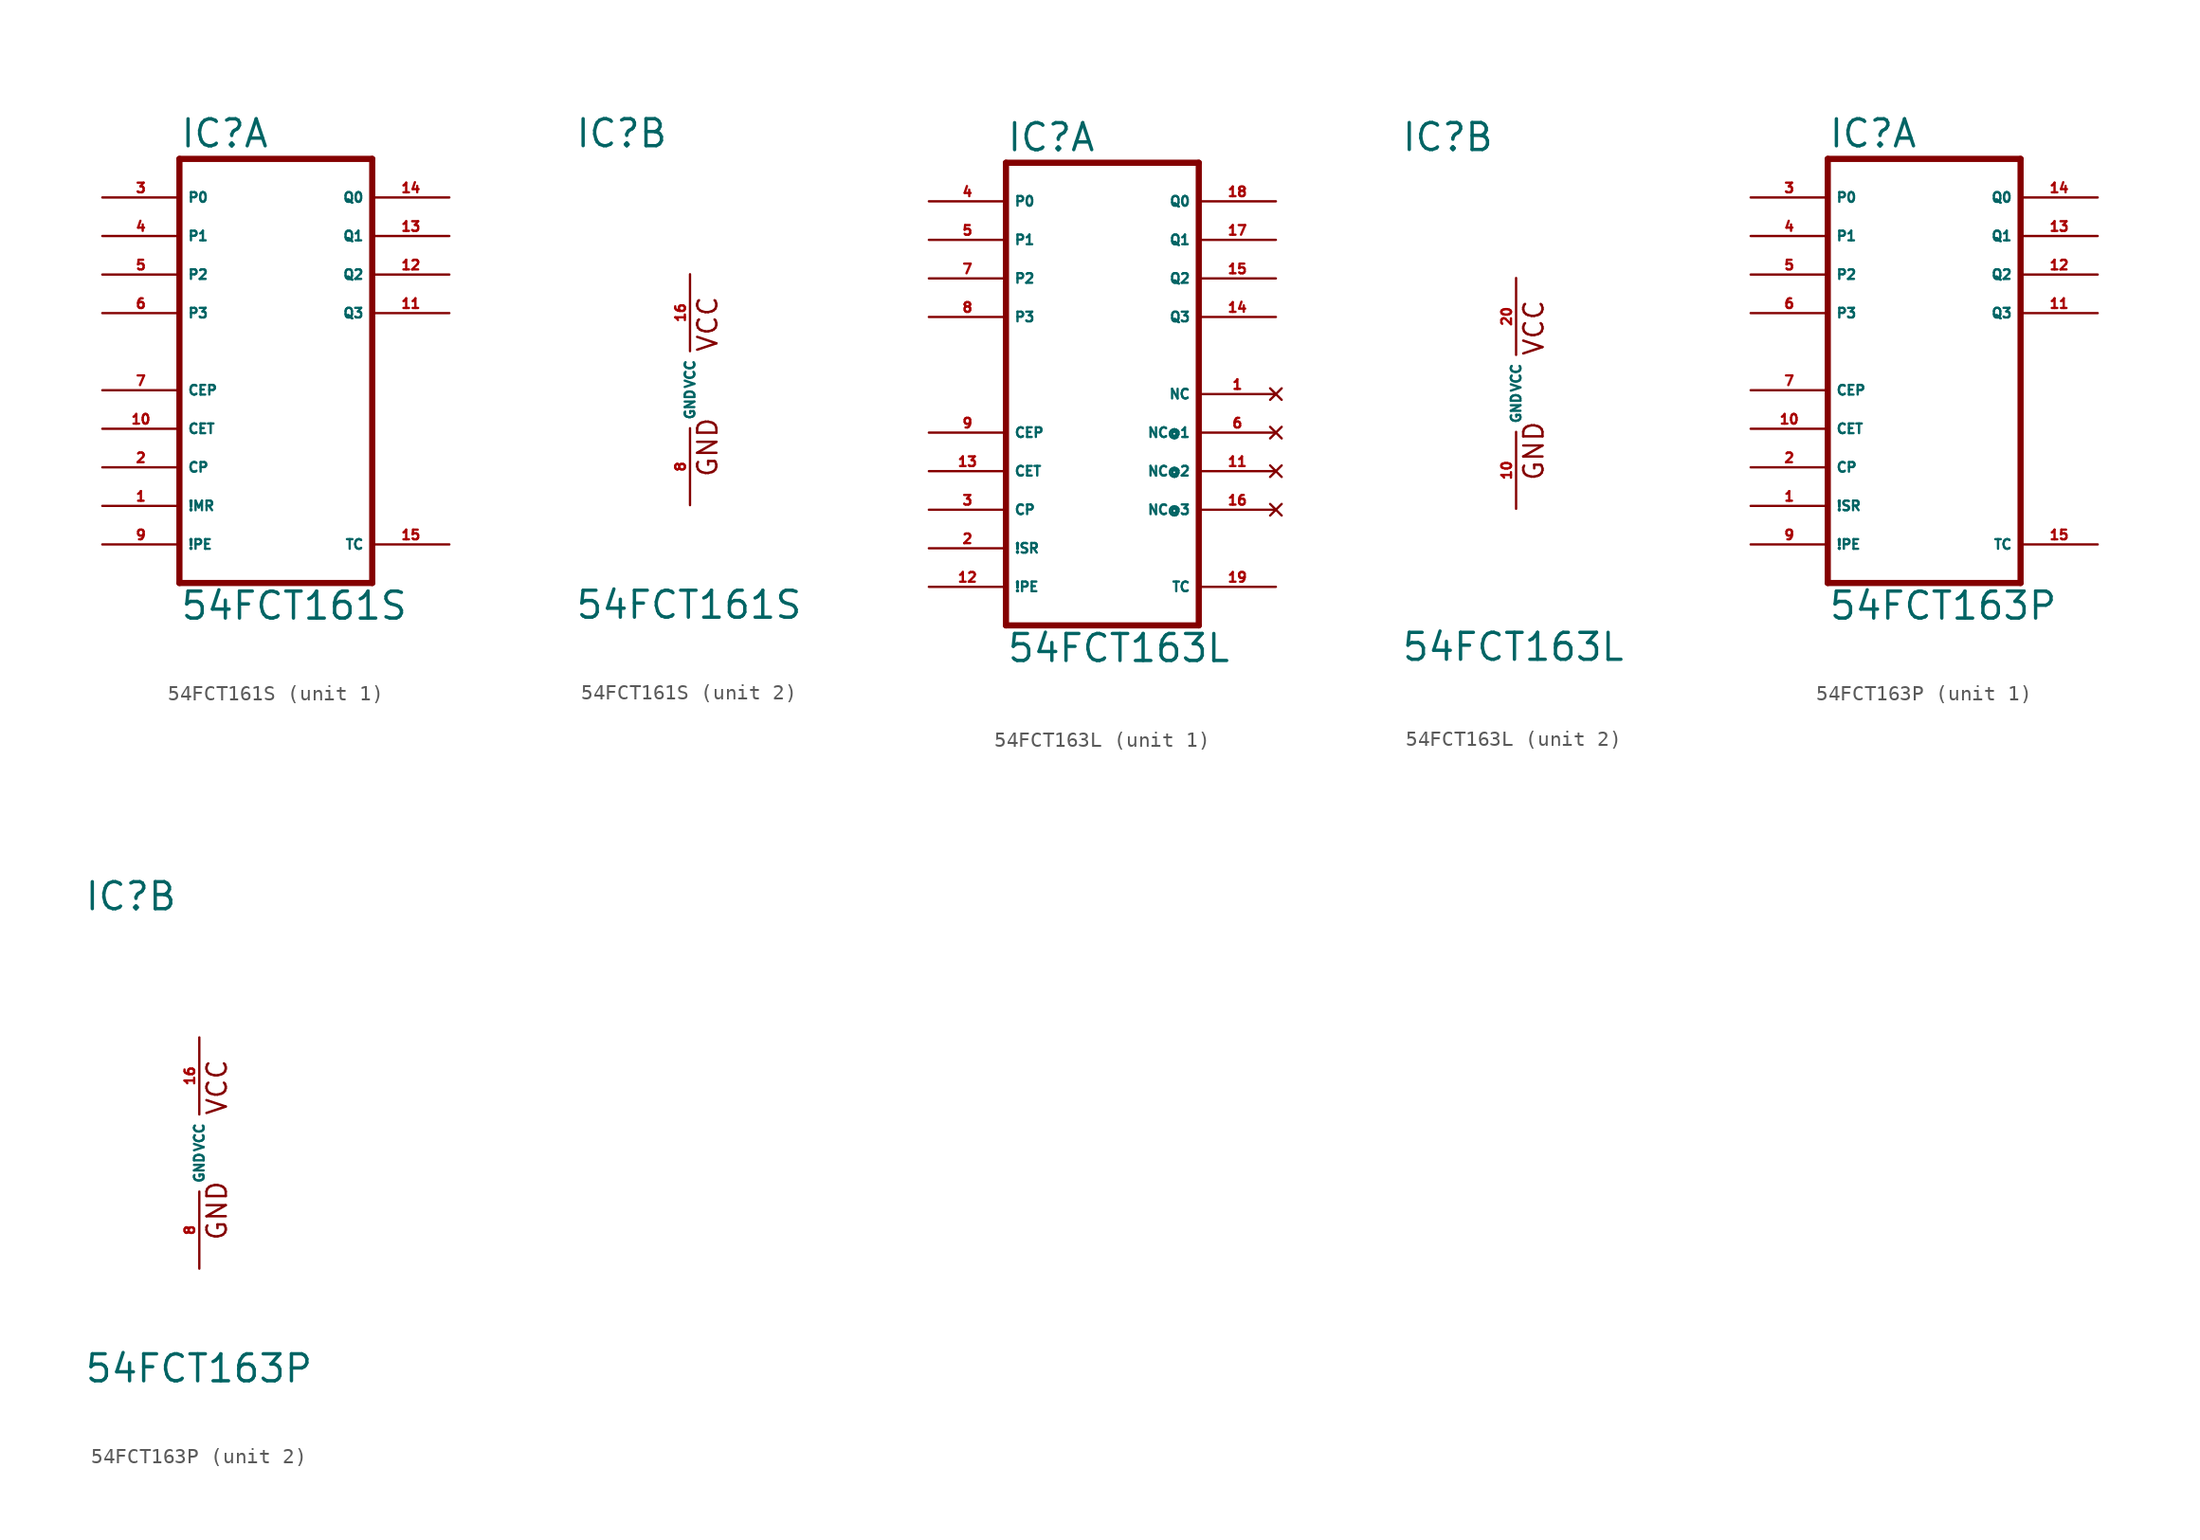
<source format=kicad_sym>
(kicad_symbol_lib
  (version 20220914)
  (generator Eagle2Kicad)
  (symbol "54FCT161S"
    (property "Reference" "IC"
      (at -7.62 15.875 0)
      (effects (font (size 1.778 1.778) (thickness 0.22)) (justify left bottom)))
    (property "Value" "54FCT161S"
      (at -7.62 -15.24 0)
      (effects (font (size 1.778 1.778) (thickness 0.22)) (justify left bottom)))
    (symbol "54FCT161S_1_0"
      (polyline (pts (xy -7.62 -12.7) (xy 5.08 -12.7)) (stroke (width 0.406) (type default)) (fill (type none)))
      (polyline (pts (xy 5.08 -12.7) (xy 5.08 15.24)) (stroke (width 0.406) (type default)) (fill (type none)))
      (polyline (pts (xy 5.08 15.24) (xy -7.62 15.24)) (stroke (width 0.406) (type default)) (fill (type none)))
      (polyline (pts (xy -7.62 15.24) (xy -7.62 -12.7)) (stroke (width 0.406) (type default)) (fill (type none)))
      (pin input line (at -12.7 12.7 0) (length 5.08) (name "P0" (effects (font (size 0.635 0.635) (thickness 0.08)) (justify left bottom))) (number "3" (effects (font (size 0.635 0.635) (thickness 0.08)) (justify left bottom))))
      (pin input line (at -12.7 10.16 0) (length 5.08) (name "P1" (effects (font (size 0.635 0.635) (thickness 0.08)) (justify left bottom))) (number "4" (effects (font (size 0.635 0.635) (thickness 0.08)) (justify left bottom))))
      (pin input line (at -12.7 7.62 0) (length 5.08) (name "P2" (effects (font (size 0.635 0.635) (thickness 0.08)) (justify left bottom))) (number "5" (effects (font (size 0.635 0.635) (thickness 0.08)) (justify left bottom))))
      (pin input line (at -12.7 5.08 0) (length 5.08) (name "P3" (effects (font (size 0.635 0.635) (thickness 0.08)) (justify left bottom))) (number "6" (effects (font (size 0.635 0.635) (thickness 0.08)) (justify left bottom))))
      (pin input line (at -12.7 0 0) (length 5.08) (name "CEP" (effects (font (size 0.635 0.635) (thickness 0.08)) (justify left bottom))) (number "7" (effects (font (size 0.635 0.635) (thickness 0.08)) (justify left bottom))))
      (pin input line (at -12.7 -2.54 0) (length 5.08) (name "CET" (effects (font (size 0.635 0.635) (thickness 0.08)) (justify left bottom))) (number "10" (effects (font (size 0.635 0.635) (thickness 0.08)) (justify left bottom))))
      (pin input line (at -12.7 -5.08 0) (length 5.08) (name "CP" (effects (font (size 0.635 0.635) (thickness 0.08)) (justify left bottom))) (number "2" (effects (font (size 0.635 0.635) (thickness 0.08)) (justify left bottom))))
      (pin input line (at -12.7 -7.62 0) (length 5.08) (name "!MR" (effects (font (size 0.635 0.635) (thickness 0.08)) (justify left bottom))) (number "1" (effects (font (size 0.635 0.635) (thickness 0.08)) (justify left bottom))))
      (pin input line (at -12.7 -10.16 0) (length 5.08) (name "!PE" (effects (font (size 0.635 0.635) (thickness 0.08)) (justify left bottom))) (number "9" (effects (font (size 0.635 0.635) (thickness 0.08)) (justify left bottom))))
      (pin output line (at 10.16 12.7 180) (length 5.08) (name "Q0" (effects (font (size 0.635 0.635) (thickness 0.08)) (justify left bottom))) (number "14" (effects (font (size 0.635 0.635) (thickness 0.08)) (justify left bottom))))
      (pin output line (at 10.16 10.16 180) (length 5.08) (name "Q1" (effects (font (size 0.635 0.635) (thickness 0.08)) (justify left bottom))) (number "13" (effects (font (size 0.635 0.635) (thickness 0.08)) (justify left bottom))))
      (pin output line (at 10.16 7.62 180) (length 5.08) (name "Q2" (effects (font (size 0.635 0.635) (thickness 0.08)) (justify left bottom))) (number "12" (effects (font (size 0.635 0.635) (thickness 0.08)) (justify left bottom))))
      (pin output line (at 10.16 5.08 180) (length 5.08) (name "Q3" (effects (font (size 0.635 0.635) (thickness 0.08)) (justify left bottom))) (number "11" (effects (font (size 0.635 0.635) (thickness 0.08)) (justify left bottom))))
      (pin output line (at 10.16 -10.16 180) (length 5.08) (name "TC" (effects (font (size 0.635 0.635) (thickness 0.08)) (justify left bottom))) (number "15" (effects (font (size 0.635 0.635) (thickness 0.08)) (justify left bottom)))))
    (symbol "54FCT161S_2_0"
      (text "GND" (at 1.905 -5.842 900) (effects (font (size 1.27 1.27) (thickness 0.16)) (justify left bottom)))
      (text "VCC" (at 1.905 2.413 900) (effects (font (size 1.27 1.27) (thickness 0.16)) (justify left bottom)))
      (pin unspecified line (at 0 7.62 270) (length 5.08) (name "VCC" (effects (font (size 0.635 0.635) (thickness 0.08)) (justify left bottom))) (number "16" (effects (font (size 0.635 0.635) (thickness 0.08)) (justify left bottom))))
      (pin unspecified line (at 0 -7.62 90) (length 5.08) (name "GND" (effects (font (size 0.635 0.635) (thickness 0.08)) (justify left bottom))) (number "8" (effects (font (size 0.635 0.635) (thickness 0.08)) (justify left bottom))))))
  (symbol "54FCT163L"
    (property "Reference" "IC"
      (at -7.62 15.875 0)
      (effects (font (size 1.778 1.778) (thickness 0.22)) (justify left bottom)))
    (property "Value" "54FCT163L"
      (at -7.62 -17.78 0)
      (effects (font (size 1.778 1.778) (thickness 0.22)) (justify left bottom)))
    (symbol "54FCT163L_1_0"
      (polyline (pts (xy -7.62 -15.24) (xy 5.08 -15.24)) (stroke (width 0.406) (type default)) (fill (type none)))
      (polyline (pts (xy 5.08 -15.24) (xy 5.08 15.24)) (stroke (width 0.406) (type default)) (fill (type none)))
      (polyline (pts (xy 5.08 15.24) (xy -7.62 15.24)) (stroke (width 0.406) (type default)) (fill (type none)))
      (polyline (pts (xy -7.62 15.24) (xy -7.62 -15.24)) (stroke (width 0.406) (type default)) (fill (type none)))
      (pin input line (at -12.7 12.7 0) (length 5.08) (name "P0" (effects (font (size 0.635 0.635) (thickness 0.08)) (justify left bottom))) (number "4" (effects (font (size 0.635 0.635) (thickness 0.08)) (justify left bottom))))
      (pin input line (at -12.7 10.16 0) (length 5.08) (name "P1" (effects (font (size 0.635 0.635) (thickness 0.08)) (justify left bottom))) (number "5" (effects (font (size 0.635 0.635) (thickness 0.08)) (justify left bottom))))
      (pin input line (at -12.7 7.62 0) (length 5.08) (name "P2" (effects (font (size 0.635 0.635) (thickness 0.08)) (justify left bottom))) (number "7" (effects (font (size 0.635 0.635) (thickness 0.08)) (justify left bottom))))
      (pin input line (at -12.7 5.08 0) (length 5.08) (name "P3" (effects (font (size 0.635 0.635) (thickness 0.08)) (justify left bottom))) (number "8" (effects (font (size 0.635 0.635) (thickness 0.08)) (justify left bottom))))
      (pin input line (at -12.7 -2.54 0) (length 5.08) (name "CEP" (effects (font (size 0.635 0.635) (thickness 0.08)) (justify left bottom))) (number "9" (effects (font (size 0.635 0.635) (thickness 0.08)) (justify left bottom))))
      (pin input line (at -12.7 -5.08 0) (length 5.08) (name "CET" (effects (font (size 0.635 0.635) (thickness 0.08)) (justify left bottom))) (number "13" (effects (font (size 0.635 0.635) (thickness 0.08)) (justify left bottom))))
      (pin input line (at -12.7 -7.62 0) (length 5.08) (name "CP" (effects (font (size 0.635 0.635) (thickness 0.08)) (justify left bottom))) (number "3" (effects (font (size 0.635 0.635) (thickness 0.08)) (justify left bottom))))
      (pin input line (at -12.7 -10.16 0) (length 5.08) (name "!SR" (effects (font (size 0.635 0.635) (thickness 0.08)) (justify left bottom))) (number "2" (effects (font (size 0.635 0.635) (thickness 0.08)) (justify left bottom))))
      (pin input line (at -12.7 -12.7 0) (length 5.08) (name "!PE" (effects (font (size 0.635 0.635) (thickness 0.08)) (justify left bottom))) (number "12" (effects (font (size 0.635 0.635) (thickness 0.08)) (justify left bottom))))
      (pin output line (at 10.16 12.7 180) (length 5.08) (name "Q0" (effects (font (size 0.635 0.635) (thickness 0.08)) (justify left bottom))) (number "18" (effects (font (size 0.635 0.635) (thickness 0.08)) (justify left bottom))))
      (pin output line (at 10.16 10.16 180) (length 5.08) (name "Q1" (effects (font (size 0.635 0.635) (thickness 0.08)) (justify left bottom))) (number "17" (effects (font (size 0.635 0.635) (thickness 0.08)) (justify left bottom))))
      (pin output line (at 10.16 7.62 180) (length 5.08) (name "Q2" (effects (font (size 0.635 0.635) (thickness 0.08)) (justify left bottom))) (number "15" (effects (font (size 0.635 0.635) (thickness 0.08)) (justify left bottom))))
      (pin output line (at 10.16 5.08 180) (length 5.08) (name "Q3" (effects (font (size 0.635 0.635) (thickness 0.08)) (justify left bottom))) (number "14" (effects (font (size 0.635 0.635) (thickness 0.08)) (justify left bottom))))
      (pin output line (at 10.16 -12.7 180) (length 5.08) (name "TC" (effects (font (size 0.635 0.635) (thickness 0.08)) (justify left bottom))) (number "19" (effects (font (size 0.635 0.635) (thickness 0.08)) (justify left bottom))))
      (pin no_connect line (at 10.16 0 180) (length 5.08) (name "NC" (effects (font (size 0.635 0.635) (thickness 0.08)) (justify left bottom) hide)) (number "1" (effects (font (size 0.635 0.635) (thickness 0.08)) (justify left bottom) hide)))
      (pin no_connect line (at 10.16 -2.54 180) (length 5.08) (name "NC@1" (effects (font (size 0.635 0.635) (thickness 0.08)) (justify left bottom) hide)) (number "6" (effects (font (size 0.635 0.635) (thickness 0.08)) (justify left bottom) hide)))
      (pin no_connect line (at 10.16 -5.08 180) (length 5.08) (name "NC@2" (effects (font (size 0.635 0.635) (thickness 0.08)) (justify left bottom) hide)) (number "11" (effects (font (size 0.635 0.635) (thickness 0.08)) (justify left bottom) hide)))
      (pin no_connect line (at 10.16 -7.62 180) (length 5.08) (name "NC@3" (effects (font (size 0.635 0.635) (thickness 0.08)) (justify left bottom) hide)) (number "16" (effects (font (size 0.635 0.635) (thickness 0.08)) (justify left bottom) hide))))
    (symbol "54FCT163L_2_0"
      (text "GND" (at 1.905 -5.842 900) (effects (font (size 1.27 1.27) (thickness 0.16)) (justify left bottom)))
      (text "VCC" (at 1.905 2.413 900) (effects (font (size 1.27 1.27) (thickness 0.16)) (justify left bottom)))
      (pin unspecified line (at 0 7.62 270) (length 5.08) (name "VCC" (effects (font (size 0.635 0.635) (thickness 0.08)) (justify left bottom))) (number "20" (effects (font (size 0.635 0.635) (thickness 0.08)) (justify left bottom))))
      (pin unspecified line (at 0 -7.62 90) (length 5.08) (name "GND" (effects (font (size 0.635 0.635) (thickness 0.08)) (justify left bottom))) (number "10" (effects (font (size 0.635 0.635) (thickness 0.08)) (justify left bottom))))))
  (symbol "54FCT163P"
    (property "Reference" "IC"
      (at -7.62 15.875 0)
      (effects (font (size 1.778 1.778) (thickness 0.22)) (justify left bottom)))
    (property "Value" "54FCT163P"
      (at -7.62 -15.24 0)
      (effects (font (size 1.778 1.778) (thickness 0.22)) (justify left bottom)))
    (symbol "54FCT163P_1_0"
      (polyline (pts (xy -7.62 -12.7) (xy 5.08 -12.7)) (stroke (width 0.406) (type default)) (fill (type none)))
      (polyline (pts (xy 5.08 -12.7) (xy 5.08 15.24)) (stroke (width 0.406) (type default)) (fill (type none)))
      (polyline (pts (xy 5.08 15.24) (xy -7.62 15.24)) (stroke (width 0.406) (type default)) (fill (type none)))
      (polyline (pts (xy -7.62 15.24) (xy -7.62 -12.7)) (stroke (width 0.406) (type default)) (fill (type none)))
      (pin input line (at -12.7 12.7 0) (length 5.08) (name "P0" (effects (font (size 0.635 0.635) (thickness 0.08)) (justify left bottom))) (number "3" (effects (font (size 0.635 0.635) (thickness 0.08)) (justify left bottom))))
      (pin input line (at -12.7 10.16 0) (length 5.08) (name "P1" (effects (font (size 0.635 0.635) (thickness 0.08)) (justify left bottom))) (number "4" (effects (font (size 0.635 0.635) (thickness 0.08)) (justify left bottom))))
      (pin input line (at -12.7 7.62 0) (length 5.08) (name "P2" (effects (font (size 0.635 0.635) (thickness 0.08)) (justify left bottom))) (number "5" (effects (font (size 0.635 0.635) (thickness 0.08)) (justify left bottom))))
      (pin input line (at -12.7 5.08 0) (length 5.08) (name "P3" (effects (font (size 0.635 0.635) (thickness 0.08)) (justify left bottom))) (number "6" (effects (font (size 0.635 0.635) (thickness 0.08)) (justify left bottom))))
      (pin input line (at -12.7 0 0) (length 5.08) (name "CEP" (effects (font (size 0.635 0.635) (thickness 0.08)) (justify left bottom))) (number "7" (effects (font (size 0.635 0.635) (thickness 0.08)) (justify left bottom))))
      (pin input line (at -12.7 -2.54 0) (length 5.08) (name "CET" (effects (font (size 0.635 0.635) (thickness 0.08)) (justify left bottom))) (number "10" (effects (font (size 0.635 0.635) (thickness 0.08)) (justify left bottom))))
      (pin input line (at -12.7 -5.08 0) (length 5.08) (name "CP" (effects (font (size 0.635 0.635) (thickness 0.08)) (justify left bottom))) (number "2" (effects (font (size 0.635 0.635) (thickness 0.08)) (justify left bottom))))
      (pin input line (at -12.7 -7.62 0) (length 5.08) (name "!SR" (effects (font (size 0.635 0.635) (thickness 0.08)) (justify left bottom))) (number "1" (effects (font (size 0.635 0.635) (thickness 0.08)) (justify left bottom))))
      (pin input line (at -12.7 -10.16 0) (length 5.08) (name "!PE" (effects (font (size 0.635 0.635) (thickness 0.08)) (justify left bottom))) (number "9" (effects (font (size 0.635 0.635) (thickness 0.08)) (justify left bottom))))
      (pin output line (at 10.16 12.7 180) (length 5.08) (name "Q0" (effects (font (size 0.635 0.635) (thickness 0.08)) (justify left bottom))) (number "14" (effects (font (size 0.635 0.635) (thickness 0.08)) (justify left bottom))))
      (pin output line (at 10.16 10.16 180) (length 5.08) (name "Q1" (effects (font (size 0.635 0.635) (thickness 0.08)) (justify left bottom))) (number "13" (effects (font (size 0.635 0.635) (thickness 0.08)) (justify left bottom))))
      (pin output line (at 10.16 7.62 180) (length 5.08) (name "Q2" (effects (font (size 0.635 0.635) (thickness 0.08)) (justify left bottom))) (number "12" (effects (font (size 0.635 0.635) (thickness 0.08)) (justify left bottom))))
      (pin output line (at 10.16 5.08 180) (length 5.08) (name "Q3" (effects (font (size 0.635 0.635) (thickness 0.08)) (justify left bottom))) (number "11" (effects (font (size 0.635 0.635) (thickness 0.08)) (justify left bottom))))
      (pin output line (at 10.16 -10.16 180) (length 5.08) (name "TC" (effects (font (size 0.635 0.635) (thickness 0.08)) (justify left bottom))) (number "15" (effects (font (size 0.635 0.635) (thickness 0.08)) (justify left bottom)))))
    (symbol "54FCT163P_2_0"
      (text "GND" (at 1.905 -5.842 900) (effects (font (size 1.27 1.27) (thickness 0.16)) (justify left bottom)))
      (text "VCC" (at 1.905 2.413 900) (effects (font (size 1.27 1.27) (thickness 0.16)) (justify left bottom)))
      (pin unspecified line (at 0 7.62 270) (length 5.08) (name "VCC" (effects (font (size 0.635 0.635) (thickness 0.08)) (justify left bottom))) (number "16" (effects (font (size 0.635 0.635) (thickness 0.08)) (justify left bottom))))
      (pin unspecified line (at 0 -7.62 90) (length 5.08) (name "GND" (effects (font (size 0.635 0.635) (thickness 0.08)) (justify left bottom))) (number "8" (effects (font (size 0.635 0.635) (thickness 0.08)) (justify left bottom)))))))
</source>
